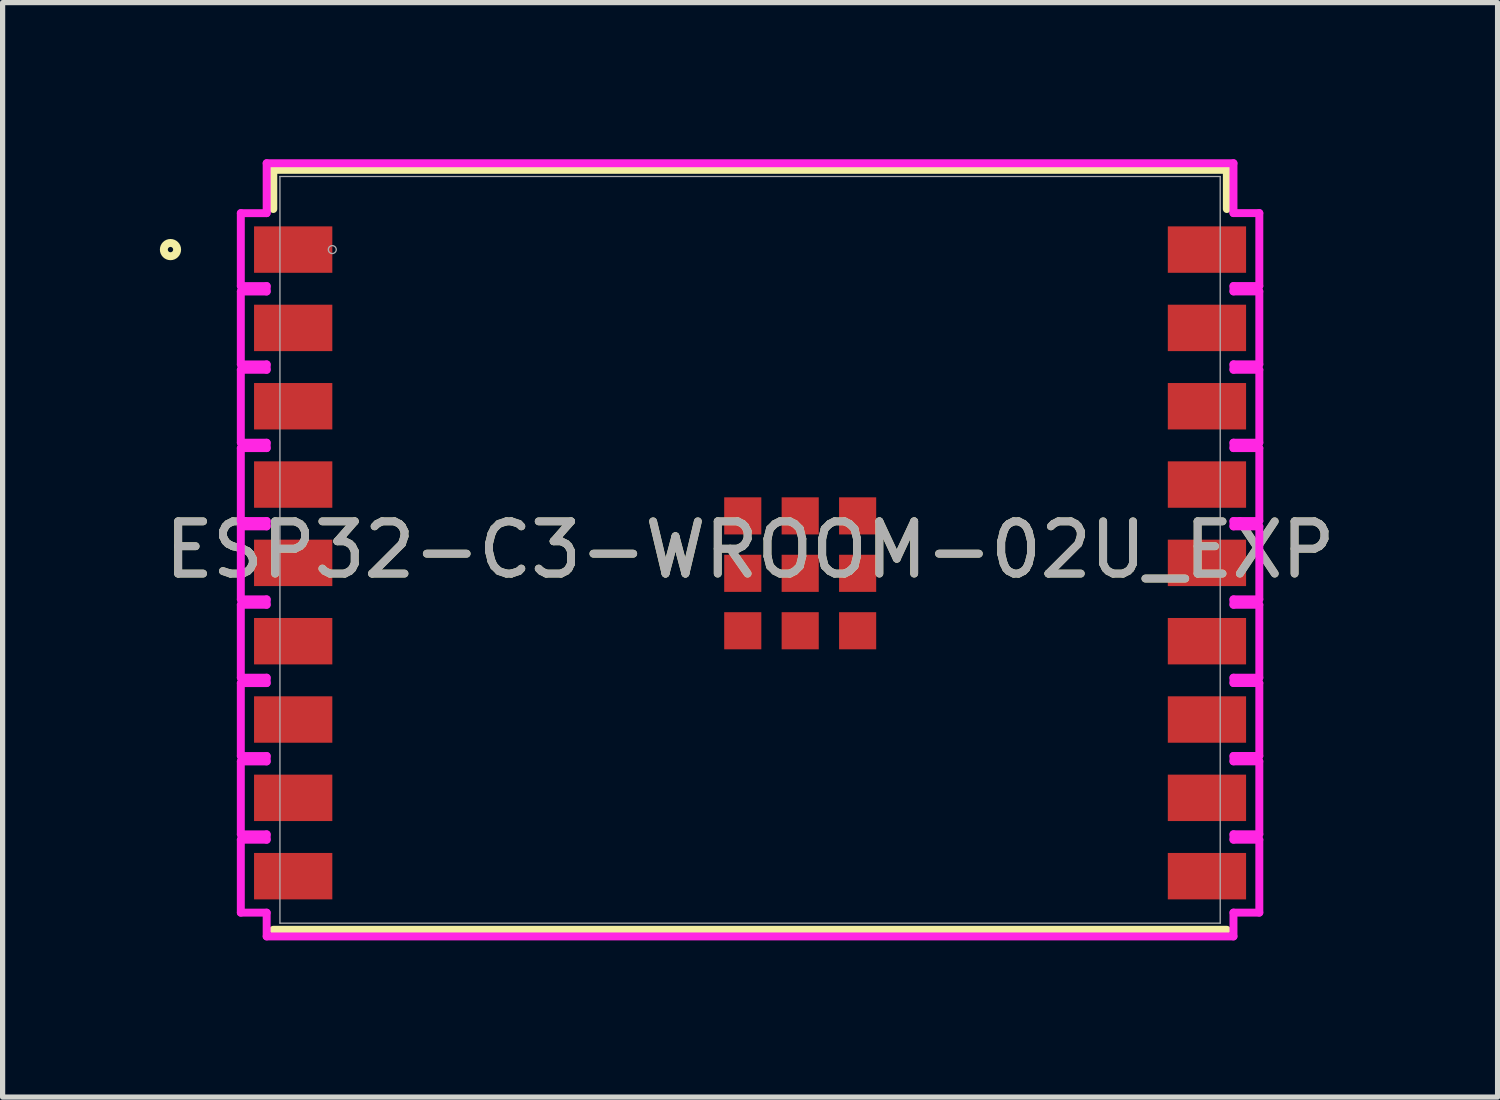
<source format=kicad_pcb>
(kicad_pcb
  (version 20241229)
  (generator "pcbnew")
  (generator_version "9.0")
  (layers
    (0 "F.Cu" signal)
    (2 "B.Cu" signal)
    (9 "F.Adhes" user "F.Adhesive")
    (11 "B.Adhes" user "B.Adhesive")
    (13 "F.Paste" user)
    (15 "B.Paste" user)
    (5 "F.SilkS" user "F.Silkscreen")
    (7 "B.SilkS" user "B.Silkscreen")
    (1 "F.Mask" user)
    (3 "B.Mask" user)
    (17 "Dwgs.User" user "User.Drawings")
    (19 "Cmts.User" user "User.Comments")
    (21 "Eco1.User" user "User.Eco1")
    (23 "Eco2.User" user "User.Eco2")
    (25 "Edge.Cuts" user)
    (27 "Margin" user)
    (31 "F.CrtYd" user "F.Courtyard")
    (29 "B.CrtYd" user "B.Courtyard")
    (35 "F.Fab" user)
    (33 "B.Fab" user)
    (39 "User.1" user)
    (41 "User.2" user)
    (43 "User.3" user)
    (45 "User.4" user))
  (footprint "ESP32-C3-WROOM-02U_EXP"
    (layer "F.Cu")
    (at 11.315 7.48)
    (property "Reference" "ESP32-C3-WROOM-02U_EXP" (at 0 0 0) (unlocked yes) (layer "F.SilkS") (effects (font (size 1 1) (thickness 0.15))))
    (attr smd)
    (fp_line (start -9.131 -7.277) (end 9.131 -7.277) (stroke (width 0.152) (type solid)) (layer "F.SilkS"))
    (fp_line (start -9.131 -6.527) (end -9.131 -7.277) (stroke (width 0.152) (type solid)) (layer "F.SilkS"))
    (fp_line (start 9.131 -7.277) (end 9.131 -6.527) (stroke (width 0.152) (type solid)) (layer "F.SilkS"))
    (fp_line (start 9.131 7.277) (end -9.131 7.277) (stroke (width 0.152) (type solid)) (layer "F.SilkS"))
    (fp_circle (center -11.1 -5.75) (end -10.973 -5.75) (stroke (width 0.152) (type solid)) (fill no) (layer "F.SilkS"))
    (fp_line (start -9.753 -6.448) (end -9.753 -5.051) (stroke (width 0.152) (type solid)) (layer "F.CrtYd"))
    (fp_line (start -9.753 -5.051) (end -9.258 -5.051) (stroke (width 0.152) (type solid)) (layer "F.CrtYd"))
    (fp_line (start -9.753 -4.948) (end -9.753 -3.551) (stroke (width 0.152) (type solid)) (layer "F.CrtYd"))
    (fp_line (start -9.753 -3.551) (end -9.258 -3.551) (stroke (width 0.152) (type solid)) (layer "F.CrtYd"))
    (fp_line (start -9.753 -3.448) (end -9.753 -2.051) (stroke (width 0.152) (type solid)) (layer "F.CrtYd"))
    (fp_line (start -9.753 -2.051) (end -9.258 -2.051) (stroke (width 0.152) (type solid)) (layer "F.CrtYd"))
    (fp_line (start -9.753 -1.948) (end -9.753 -0.551) (stroke (width 0.152) (type solid)) (layer "F.CrtYd"))
    (fp_line (start -9.753 -0.551) (end -9.258 -0.551) (stroke (width 0.152) (type solid)) (layer "F.CrtYd"))
    (fp_line (start -9.753 -0.449) (end -9.753 0.949) (stroke (width 0.152) (type solid)) (layer "F.CrtYd"))
    (fp_line (start -9.753 0.949) (end -9.258 0.949) (stroke (width 0.152) (type solid)) (layer "F.CrtYd"))
    (fp_line (start -9.753 1.052) (end -9.753 2.449) (stroke (width 0.152) (type solid)) (layer "F.CrtYd"))
    (fp_line (start -9.753 2.449) (end -9.258 2.449) (stroke (width 0.152) (type solid)) (layer "F.CrtYd"))
    (fp_line (start -9.753 2.552) (end -9.753 3.949) (stroke (width 0.152) (type solid)) (layer "F.CrtYd"))
    (fp_line (start -9.753 3.949) (end -9.258 3.949) (stroke (width 0.152) (type solid)) (layer "F.CrtYd"))
    (fp_line (start -9.753 4.052) (end -9.753 5.449) (stroke (width 0.152) (type solid)) (layer "F.CrtYd"))
    (fp_line (start -9.753 5.449) (end -9.258 5.449) (stroke (width 0.152) (type solid)) (layer "F.CrtYd"))
    (fp_line (start -9.753 5.552) (end -9.753 6.949) (stroke (width 0.152) (type solid)) (layer "F.CrtYd"))
    (fp_line (start -9.753 6.949) (end -9.258 6.949) (stroke (width 0.152) (type solid)) (layer "F.CrtYd"))
    (fp_line (start -9.258 -7.404) (end -9.258 -6.448) (stroke (width 0.152) (type solid)) (layer "F.CrtYd"))
    (fp_line (start -9.258 -6.448) (end -9.753 -6.448) (stroke (width 0.152) (type solid)) (layer "F.CrtYd"))
    (fp_line (start -9.258 -5.051) (end -9.258 -4.948) (stroke (width 0.152) (type solid)) (layer "F.CrtYd"))
    (fp_line (start -9.258 -4.948) (end -9.753 -4.948) (stroke (width 0.152) (type solid)) (layer "F.CrtYd"))
    (fp_line (start -9.258 -3.551) (end -9.258 -3.448) (stroke (width 0.152) (type solid)) (layer "F.CrtYd"))
    (fp_line (start -9.258 -3.448) (end -9.753 -3.448) (stroke (width 0.152) (type solid)) (layer "F.CrtYd"))
    (fp_line (start -9.258 -2.051) (end -9.258 -1.948) (stroke (width 0.152) (type solid)) (layer "F.CrtYd"))
    (fp_line (start -9.258 -1.948) (end -9.753 -1.948) (stroke (width 0.152) (type solid)) (layer "F.CrtYd"))
    (fp_line (start -9.258 -0.551) (end -9.258 -0.449) (stroke (width 0.152) (type solid)) (layer "F.CrtYd"))
    (fp_line (start -9.258 -0.449) (end -9.753 -0.449) (stroke (width 0.152) (type solid)) (layer "F.CrtYd"))
    (fp_line (start -9.258 0.949) (end -9.258 1.052) (stroke (width 0.152) (type solid)) (layer "F.CrtYd"))
    (fp_line (start -9.258 1.052) (end -9.753 1.052) (stroke (width 0.152) (type solid)) (layer "F.CrtYd"))
    (fp_line (start -9.258 2.449) (end -9.258 2.552) (stroke (width 0.152) (type solid)) (layer "F.CrtYd"))
    (fp_line (start -9.258 2.552) (end -9.753 2.552) (stroke (width 0.152) (type solid)) (layer "F.CrtYd"))
    (fp_line (start -9.258 3.949) (end -9.258 4.052) (stroke (width 0.152) (type solid)) (layer "F.CrtYd"))
    (fp_line (start -9.258 4.052) (end -9.753 4.052) (stroke (width 0.152) (type solid)) (layer "F.CrtYd"))
    (fp_line (start -9.258 5.449) (end -9.258 5.552) (stroke (width 0.152) (type solid)) (layer "F.CrtYd"))
    (fp_line (start -9.258 5.552) (end -9.753 5.552) (stroke (width 0.152) (type solid)) (layer "F.CrtYd"))
    (fp_line (start -9.258 6.949) (end -9.258 7.404) (stroke (width 0.152) (type solid)) (layer "F.CrtYd"))
    (fp_line (start -9.258 7.404) (end 9.258 7.404) (stroke (width 0.152) (type solid)) (layer "F.CrtYd"))
    (fp_line (start 9.258 -7.404) (end -9.258 -7.404) (stroke (width 0.152) (type solid)) (layer "F.CrtYd"))
    (fp_line (start 9.258 -6.449) (end 9.258 -7.404) (stroke (width 0.152) (type solid)) (layer "F.CrtYd"))
    (fp_line (start 9.258 -5.052) (end 9.753 -5.052) (stroke (width 0.152) (type solid)) (layer "F.CrtYd"))
    (fp_line (start 9.258 -4.949) (end 9.258 -5.052) (stroke (width 0.152) (type solid)) (layer "F.CrtYd"))
    (fp_line (start 9.258 -3.552) (end 9.753 -3.552) (stroke (width 0.152) (type solid)) (layer "F.CrtYd"))
    (fp_line (start 9.258 -3.449) (end 9.258 -3.552) (stroke (width 0.152) (type solid)) (layer "F.CrtYd"))
    (fp_line (start 9.258 -2.052) (end 9.753 -2.052) (stroke (width 0.152) (type solid)) (layer "F.CrtYd"))
    (fp_line (start 9.258 -1.948) (end 9.258 -2.052) (stroke (width 0.152) (type solid)) (layer "F.CrtYd"))
    (fp_line (start 9.258 -0.551) (end 9.753 -0.551) (stroke (width 0.152) (type solid)) (layer "F.CrtYd"))
    (fp_line (start 9.258 -0.449) (end 9.258 -0.551) (stroke (width 0.152) (type solid)) (layer "F.CrtYd"))
    (fp_line (start 9.258 0.949) (end 9.753 0.949) (stroke (width 0.152) (type solid)) (layer "F.CrtYd"))
    (fp_line (start 9.258 1.052) (end 9.258 0.949) (stroke (width 0.152) (type solid)) (layer "F.CrtYd"))
    (fp_line (start 9.258 2.449) (end 9.753 2.449) (stroke (width 0.152) (type solid)) (layer "F.CrtYd"))
    (fp_line (start 9.258 2.551) (end 9.258 2.449) (stroke (width 0.152) (type solid)) (layer "F.CrtYd"))
    (fp_line (start 9.258 3.948) (end 9.753 3.948) (stroke (width 0.152) (type solid)) (layer "F.CrtYd"))
    (fp_line (start 9.258 4.051) (end 9.258 3.948) (stroke (width 0.152) (type solid)) (layer "F.CrtYd"))
    (fp_line (start 9.258 5.448) (end 9.753 5.448) (stroke (width 0.152) (type solid)) (layer "F.CrtYd"))
    (fp_line (start 9.258 5.551) (end 9.258 5.448) (stroke (width 0.152) (type solid)) (layer "F.CrtYd"))
    (fp_line (start 9.258 6.948) (end 9.753 6.948) (stroke (width 0.152) (type solid)) (layer "F.CrtYd"))
    (fp_line (start 9.258 7.404) (end 9.258 6.948) (stroke (width 0.152) (type solid)) (layer "F.CrtYd"))
    (fp_line (start 9.753 -6.449) (end 9.258 -6.449) (stroke (width 0.152) (type solid)) (layer "F.CrtYd"))
    (fp_line (start 9.753 -5.052) (end 9.753 -6.449) (stroke (width 0.152) (type solid)) (layer "F.CrtYd"))
    (fp_line (start 9.753 -4.949) (end 9.258 -4.949) (stroke (width 0.152) (type solid)) (layer "F.CrtYd"))
    (fp_line (start 9.753 -3.552) (end 9.753 -4.949) (stroke (width 0.152) (type solid)) (layer "F.CrtYd"))
    (fp_line (start 9.753 -3.449) (end 9.258 -3.449) (stroke (width 0.152) (type solid)) (layer "F.CrtYd"))
    (fp_line (start 9.753 -2.052) (end 9.753 -3.449) (stroke (width 0.152) (type solid)) (layer "F.CrtYd"))
    (fp_line (start 9.753 -1.948) (end 9.258 -1.948) (stroke (width 0.152) (type solid)) (layer "F.CrtYd"))
    (fp_line (start 9.753 -0.551) (end 9.753 -1.948) (stroke (width 0.152) (type solid)) (layer "F.CrtYd"))
    (fp_line (start 9.753 -0.449) (end 9.258 -0.449) (stroke (width 0.152) (type solid)) (layer "F.CrtYd"))
    (fp_line (start 9.753 0.949) (end 9.753 -0.449) (stroke (width 0.152) (type solid)) (layer "F.CrtYd"))
    (fp_line (start 9.753 1.052) (end 9.258 1.052) (stroke (width 0.152) (type solid)) (layer "F.CrtYd"))
    (fp_line (start 9.753 2.449) (end 9.753 1.052) (stroke (width 0.152) (type solid)) (layer "F.CrtYd"))
    (fp_line (start 9.753 2.551) (end 9.258 2.551) (stroke (width 0.152) (type solid)) (layer "F.CrtYd"))
    (fp_line (start 9.753 3.948) (end 9.753 2.551) (stroke (width 0.152) (type solid)) (layer "F.CrtYd"))
    (fp_line (start 9.753 4.051) (end 9.258 4.051) (stroke (width 0.152) (type solid)) (layer "F.CrtYd"))
    (fp_line (start 9.753 5.448) (end 9.753 4.051) (stroke (width 0.152) (type solid)) (layer "F.CrtYd"))
    (fp_line (start 9.753 5.551) (end 9.258 5.551) (stroke (width 0.152) (type solid)) (layer "F.CrtYd"))
    (fp_line (start 9.753 6.948) (end 9.753 5.551) (stroke (width 0.152) (type solid)) (layer "F.CrtYd"))
    (fp_line (start -9.004 -7.15) (end -9.004 7.15) (stroke (width 0.025) (type solid)) (layer "F.Fab"))
    (fp_line (start -9.004 7.15) (end 9.004 7.15) (stroke (width 0.025) (type solid)) (layer "F.Fab"))
    (fp_line (start 9.004 -7.15) (end -9.004 -7.15) (stroke (width 0.025) (type solid)) (layer "F.Fab"))
    (fp_line (start 9.004 7.15) (end 9.004 -7.15) (stroke (width 0.025) (type solid)) (layer "F.Fab"))
    (fp_circle (center -8.001 -5.75) (end -7.925 -5.75) (stroke (width 0.025) (type solid)) (fill no) (layer "F.Fab"))
    (fp_text user "${REFERENCE}" (at 0 0 0) (unlocked yes) (layer "F.Fab") (effects (font (size 1 1) (thickness 0.15))))
    (pad "1" smd rect (at -8.75 -5.75) (size 1.499 0.889) (layers "F.Cu" "F.Mask" "F.Paste"))
    (pad "2" smd rect (at -8.75 -4.25) (size 1.499 0.889) (layers "F.Cu" "F.Mask" "F.Paste"))
    (pad "3" smd rect (at -8.75 -2.75) (size 1.499 0.889) (layers "F.Cu" "F.Mask" "F.Paste"))
    (pad "4" smd rect (at -8.75 -1.25) (size 1.499 0.889) (layers "F.Cu" "F.Mask" "F.Paste"))
    (pad "5" smd rect (at -8.75 0.25) (size 1.499 0.889) (layers "F.Cu" "F.Mask" "F.Paste"))
    (pad "6" smd rect (at -8.75 1.75) (size 1.499 0.889) (layers "F.Cu" "F.Mask" "F.Paste"))
    (pad "7" smd rect (at -8.75 3.25) (size 1.499 0.889) (layers "F.Cu" "F.Mask" "F.Paste"))
    (pad "8" smd rect (at -8.75 4.75) (size 1.499 0.889) (layers "F.Cu" "F.Mask" "F.Paste"))
    (pad "9" smd rect (at -8.75 6.25) (size 1.499 0.889) (layers "F.Cu" "F.Mask" "F.Paste"))
    (pad "10" smd rect (at 8.75 6.25) (size 1.499 0.889) (layers "F.Cu" "F.Mask" "F.Paste"))
    (pad "11" smd rect (at 8.75 4.75) (size 1.499 0.889) (layers "F.Cu" "F.Mask" "F.Paste"))
    (pad "12" smd rect (at 8.75 3.25) (size 1.499 0.889) (layers "F.Cu" "F.Mask" "F.Paste"))
    (pad "13" smd rect (at 8.75 1.75) (size 1.499 0.889) (layers "F.Cu" "F.Mask" "F.Paste"))
    (pad "14" smd rect (at 8.75 0.25) (size 1.499 0.889) (layers "F.Cu" "F.Mask" "F.Paste"))
    (pad "15" smd rect (at 8.75 -1.25) (size 1.499 0.889) (layers "F.Cu" "F.Mask" "F.Paste"))
    (pad "16" smd rect (at 8.75 -2.75) (size 1.499 0.889) (layers "F.Cu" "F.Mask" "F.Paste"))
    (pad "17" smd rect (at 8.75 -4.25) (size 1.499 0.889) (layers "F.Cu" "F.Mask" "F.Paste"))
    (pad "18" smd rect (at 8.75 -5.75) (size 1.499 0.889) (layers "F.Cu" "F.Mask" "F.Paste"))
    (pad "19" smd rect (at 0.96 0.45) (size 0.711 0.711) (layers "F.Cu" "F.Mask" "F.Paste"))
    (pad "20" smd rect (at -0.14 -0.65) (size 0.711 0.711) (layers "F.Cu" "F.Mask" "F.Paste"))
    (pad "21" smd rect (at -0.14 0.45) (size 0.711 0.711) (layers "F.Cu" "F.Mask" "F.Paste"))
    (pad "22" smd rect (at -0.14 1.55) (size 0.711 0.711) (layers "F.Cu" "F.Mask" "F.Paste"))
    (pad "23" smd rect (at 0.96 1.55) (size 0.711 0.711) (layers "F.Cu" "F.Mask" "F.Paste"))
    (pad "24" smd rect (at 2.06 1.55) (size 0.711 0.711) (layers "F.Cu" "F.Mask" "F.Paste"))
    (pad "25" smd rect (at 2.06 0.45) (size 0.711 0.711) (layers "F.Cu" "F.Mask" "F.Paste"))
    (pad "26" smd rect (at 2.06 -0.65) (size 0.711 0.711) (layers "F.Cu" "F.Mask" "F.Paste"))
    (pad "27" smd rect (at 0.96 -0.65) (size 0.711 0.711) (layers "F.Cu" "F.Mask" "F.Paste")))
  (gr_rect
    (start -3 -3)
    (end 25.631 17.961)
    (stroke (width 0.1) (type default))
    (fill no)
    (layer "Edge.Cuts")))
</source>
